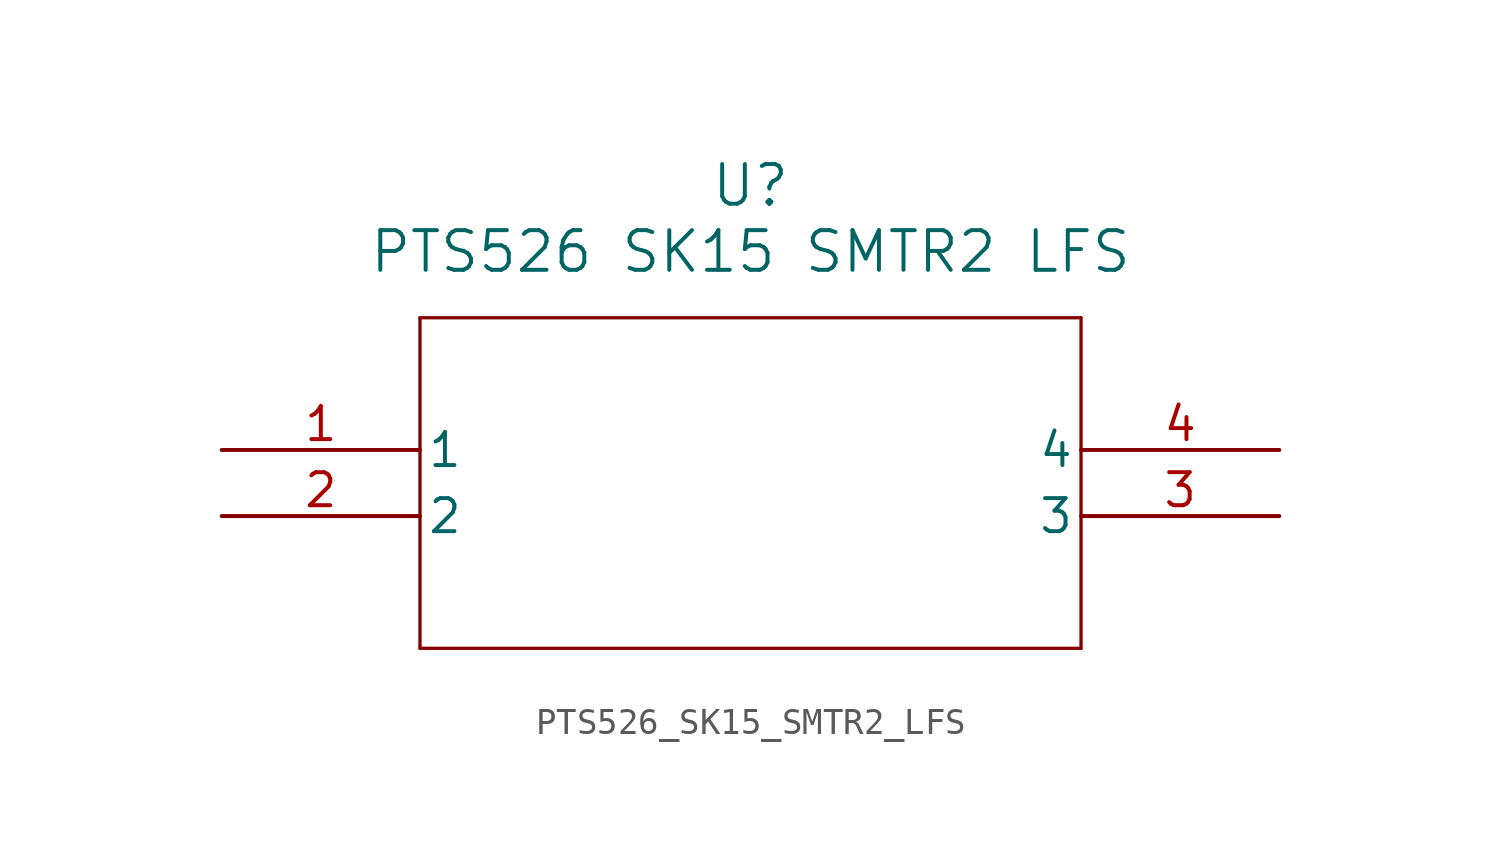
<source format=kicad_sym>
(kicad_symbol_lib
  (version 20211014)
  (generator kicad_symbol_editor)
  (symbol "PTS526_SK15_SMTR2_LFS"
    (pin_names
      (offset 0.254))
    (property "Reference" "U"
      (at 20.32 10.16 0)
      (effects (font (size 1.524 1.524))))
    (property "Value" "PTS526 SK15 SMTR2 LFS"
      (at 20.32 7.62 0)
      (effects (font (size 1.524 1.524))))
    (symbol "PTS526_SK15_SMTR2_LFS_0_1"
      (polyline (pts (xy 7.62 5.08) (xy 7.62 -7.62)) (stroke (width 0.127) (type default) (color 0 0 0 0)) (fill (type none)))
      (polyline (pts (xy 7.62 -7.62) (xy 33.02 -7.62)) (stroke (width 0.127) (type default) (color 0 0 0 0)) (fill (type none)))
      (polyline (pts (xy 33.02 -7.62) (xy 33.02 5.08)) (stroke (width 0.127) (type default) (color 0 0 0 0)) (fill (type none)))
      (polyline (pts (xy 33.02 5.08) (xy 7.62 5.08)) (stroke (width 0.127) (type default) (color 0 0 0 0)) (fill (type none)))
      (pin unspecified line (at 0 0 0) (length 7.62) (name "1" (effects (font (size 1.27 1.27)))) (number "1" (effects (font (size 1.27 1.27)))))
      (pin unspecified line (at 0 -2.54 0) (length 7.62) (name "2" (effects (font (size 1.27 1.27)))) (number "2" (effects (font (size 1.27 1.27)))))
      (pin unspecified line (at 40.64 -2.54 180) (length 7.62) (name "3" (effects (font (size 1.27 1.27)))) (number "3" (effects (font (size 1.27 1.27)))))
      (pin unspecified line (at 40.64 0 180) (length 7.62) (name "4" (effects (font (size 1.27 1.27)))) (number "4" (effects (font (size 1.27 1.27))))))))
</source>
